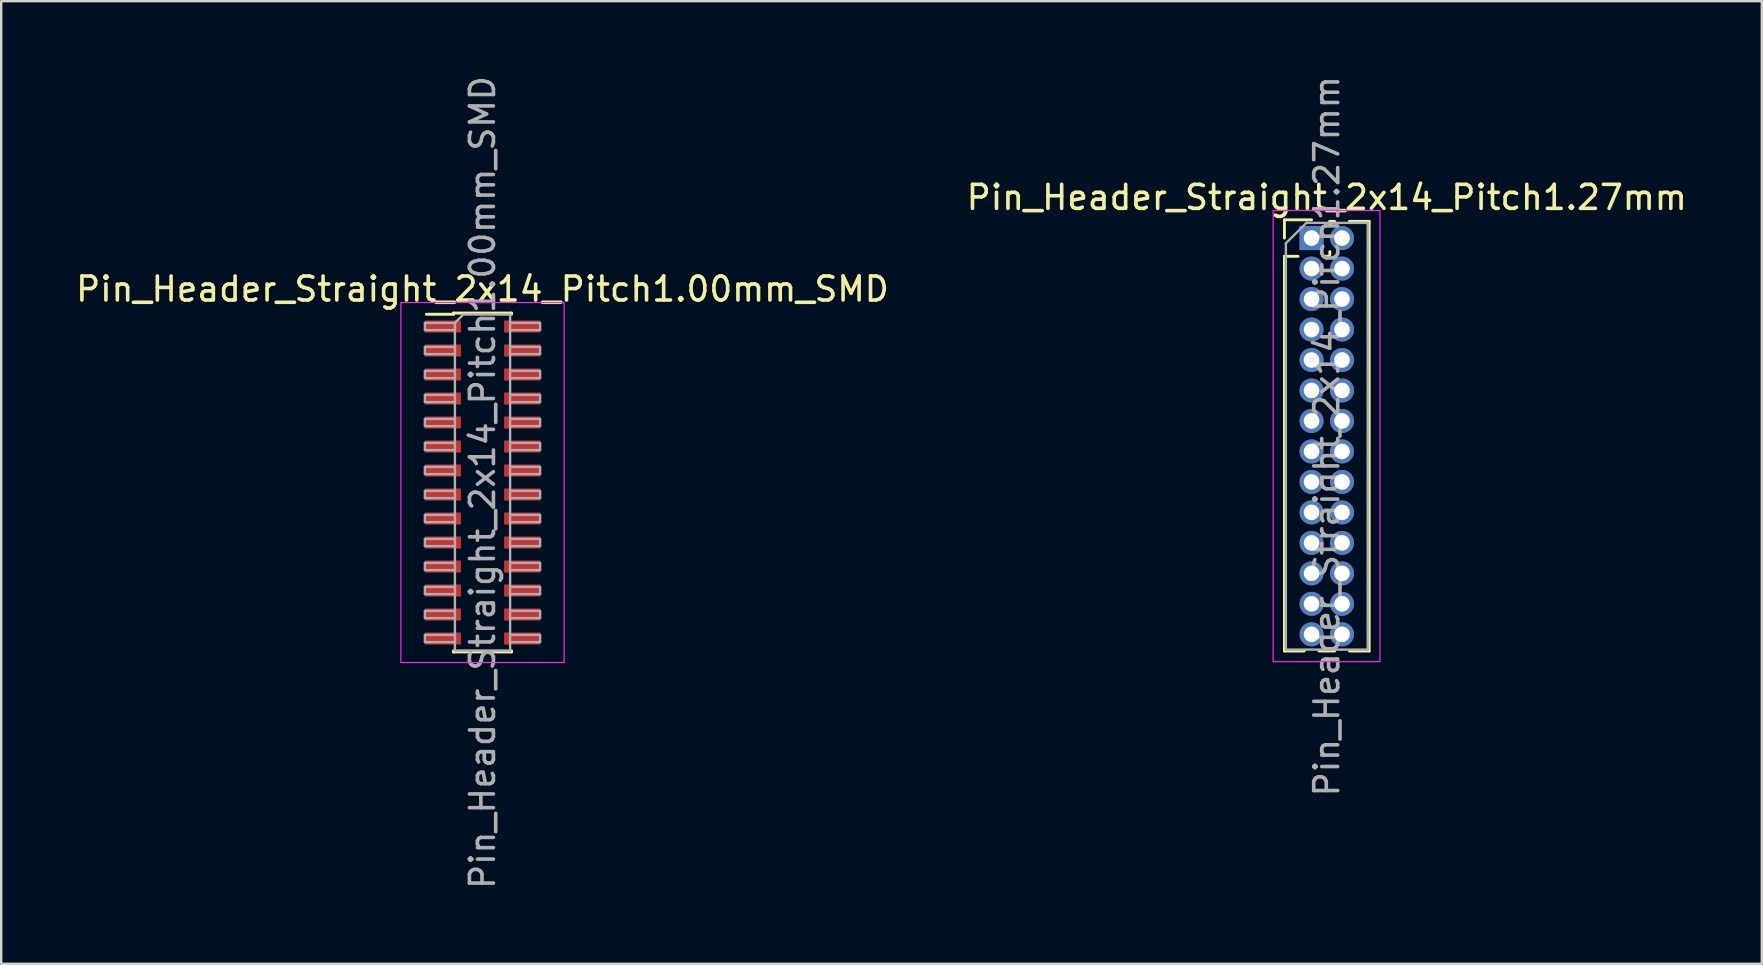
<source format=kicad_pcb>
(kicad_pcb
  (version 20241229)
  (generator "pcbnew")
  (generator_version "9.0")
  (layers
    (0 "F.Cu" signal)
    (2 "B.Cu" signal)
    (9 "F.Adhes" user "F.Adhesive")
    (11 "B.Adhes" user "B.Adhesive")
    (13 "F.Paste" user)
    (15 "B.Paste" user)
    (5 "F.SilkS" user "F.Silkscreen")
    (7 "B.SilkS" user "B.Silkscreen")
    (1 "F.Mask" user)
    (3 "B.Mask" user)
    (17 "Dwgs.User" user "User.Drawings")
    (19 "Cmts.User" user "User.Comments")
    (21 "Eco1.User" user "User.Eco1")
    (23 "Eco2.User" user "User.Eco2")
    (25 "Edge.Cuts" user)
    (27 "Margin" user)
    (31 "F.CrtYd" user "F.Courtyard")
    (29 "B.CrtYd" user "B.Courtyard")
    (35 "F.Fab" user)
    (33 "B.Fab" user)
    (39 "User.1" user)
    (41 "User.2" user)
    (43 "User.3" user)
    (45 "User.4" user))
  (footprint "Pin_Header_Straight_2x14_Pitch1.00mm_SMD"
    (layer "F.Cu")
    (at 17.054 17.054)
    (property "Reference" "Pin_Header_Straight_2x14_Pitch1.00mm_SMD" (at 0 -8.06 0) (layer "F.SilkS") (effects (font (size 1 1) (thickness 0.15))))
    (attr smd)
    (fp_line (start -2.34 -7.01) (end -1.21 -7.01) (stroke (width 0.12) (type solid)) (layer "F.SilkS"))
    (fp_line (start -1.21 -7.06) (end -1.21 -7.01) (stroke (width 0.12) (type solid)) (layer "F.SilkS"))
    (fp_line (start -1.21 -7.06) (end 1.21 -7.06) (stroke (width 0.12) (type solid)) (layer "F.SilkS"))
    (fp_line (start -1.21 7.01) (end -1.21 7.06) (stroke (width 0.12) (type solid)) (layer "F.SilkS"))
    (fp_line (start -1.21 7.06) (end 1.21 7.06) (stroke (width 0.12) (type solid)) (layer "F.SilkS"))
    (fp_line (start 1.21 -7.06) (end 1.21 -7.01) (stroke (width 0.12) (type solid)) (layer "F.SilkS"))
    (fp_line (start 1.21 7.01) (end 1.21 7.06) (stroke (width 0.12) (type solid)) (layer "F.SilkS"))
    (fp_line (start -3.4 -7.5) (end -3.4 7.5) (stroke (width 0.05) (type solid)) (layer "F.CrtYd"))
    (fp_line (start -3.4 7.5) (end 3.4 7.5) (stroke (width 0.05) (type solid)) (layer "F.CrtYd"))
    (fp_line (start 3.4 -7.5) (end -3.4 -7.5) (stroke (width 0.05) (type solid)) (layer "F.CrtYd"))
    (fp_line (start 3.4 7.5) (end 3.4 -7.5) (stroke (width 0.05) (type solid)) (layer "F.CrtYd"))
    (fp_line (start -2.4 -6.65) (end -2.4 -6.35) (stroke (width 0.1) (type solid)) (layer "F.Fab"))
    (fp_line (start -2.4 -6.35) (end -1.15 -6.35) (stroke (width 0.1) (type solid)) (layer "F.Fab"))
    (fp_line (start -2.4 -5.65) (end -2.4 -5.35) (stroke (width 0.1) (type solid)) (layer "F.Fab"))
    (fp_line (start -2.4 -5.35) (end -1.15 -5.35) (stroke (width 0.1) (type solid)) (layer "F.Fab"))
    (fp_line (start -2.4 -4.65) (end -2.4 -4.35) (stroke (width 0.1) (type solid)) (layer "F.Fab"))
    (fp_line (start -2.4 -4.35) (end -1.15 -4.35) (stroke (width 0.1) (type solid)) (layer "F.Fab"))
    (fp_line (start -2.4 -3.65) (end -2.4 -3.35) (stroke (width 0.1) (type solid)) (layer "F.Fab"))
    (fp_line (start -2.4 -3.35) (end -1.15 -3.35) (stroke (width 0.1) (type solid)) (layer "F.Fab"))
    (fp_line (start -2.4 -2.65) (end -2.4 -2.35) (stroke (width 0.1) (type solid)) (layer "F.Fab"))
    (fp_line (start -2.4 -2.35) (end -1.15 -2.35) (stroke (width 0.1) (type solid)) (layer "F.Fab"))
    (fp_line (start -2.4 -1.65) (end -2.4 -1.35) (stroke (width 0.1) (type solid)) (layer "F.Fab"))
    (fp_line (start -2.4 -1.35) (end -1.15 -1.35) (stroke (width 0.1) (type solid)) (layer "F.Fab"))
    (fp_line (start -2.4 -0.65) (end -2.4 -0.35) (stroke (width 0.1) (type solid)) (layer "F.Fab"))
    (fp_line (start -2.4 -0.35) (end -1.15 -0.35) (stroke (width 0.1) (type solid)) (layer "F.Fab"))
    (fp_line (start -2.4 0.35) (end -2.4 0.65) (stroke (width 0.1) (type solid)) (layer "F.Fab"))
    (fp_line (start -2.4 0.65) (end -1.15 0.65) (stroke (width 0.1) (type solid)) (layer "F.Fab"))
    (fp_line (start -2.4 1.35) (end -2.4 1.65) (stroke (width 0.1) (type solid)) (layer "F.Fab"))
    (fp_line (start -2.4 1.65) (end -1.15 1.65) (stroke (width 0.1) (type solid)) (layer "F.Fab"))
    (fp_line (start -2.4 2.35) (end -2.4 2.65) (stroke (width 0.1) (type solid)) (layer "F.Fab"))
    (fp_line (start -2.4 2.65) (end -1.15 2.65) (stroke (width 0.1) (type solid)) (layer "F.Fab"))
    (fp_line (start -2.4 3.35) (end -2.4 3.65) (stroke (width 0.1) (type solid)) (layer "F.Fab"))
    (fp_line (start -2.4 3.65) (end -1.15 3.65) (stroke (width 0.1) (type solid)) (layer "F.Fab"))
    (fp_line (start -2.4 4.35) (end -2.4 4.65) (stroke (width 0.1) (type solid)) (layer "F.Fab"))
    (fp_line (start -2.4 4.65) (end -1.15 4.65) (stroke (width 0.1) (type solid)) (layer "F.Fab"))
    (fp_line (start -2.4 5.35) (end -2.4 5.65) (stroke (width 0.1) (type solid)) (layer "F.Fab"))
    (fp_line (start -2.4 5.65) (end -1.15 5.65) (stroke (width 0.1) (type solid)) (layer "F.Fab"))
    (fp_line (start -2.4 6.35) (end -2.4 6.65) (stroke (width 0.1) (type solid)) (layer "F.Fab"))
    (fp_line (start -2.4 6.65) (end -1.15 6.65) (stroke (width 0.1) (type solid)) (layer "F.Fab"))
    (fp_line (start -1.15 -6.65) (end -2.4 -6.65) (stroke (width 0.1) (type solid)) (layer "F.Fab"))
    (fp_line (start -1.15 -6.65) (end -0.8 -7) (stroke (width 0.1) (type solid)) (layer "F.Fab"))
    (fp_line (start -1.15 -5.65) (end -2.4 -5.65) (stroke (width 0.1) (type solid)) (layer "F.Fab"))
    (fp_line (start -1.15 -4.65) (end -2.4 -4.65) (stroke (width 0.1) (type solid)) (layer "F.Fab"))
    (fp_line (start -1.15 -3.65) (end -2.4 -3.65) (stroke (width 0.1) (type solid)) (layer "F.Fab"))
    (fp_line (start -1.15 -2.65) (end -2.4 -2.65) (stroke (width 0.1) (type solid)) (layer "F.Fab"))
    (fp_line (start -1.15 -1.65) (end -2.4 -1.65) (stroke (width 0.1) (type solid)) (layer "F.Fab"))
    (fp_line (start -1.15 -0.65) (end -2.4 -0.65) (stroke (width 0.1) (type solid)) (layer "F.Fab"))
    (fp_line (start -1.15 0.35) (end -2.4 0.35) (stroke (width 0.1) (type solid)) (layer "F.Fab"))
    (fp_line (start -1.15 1.35) (end -2.4 1.35) (stroke (width 0.1) (type solid)) (layer "F.Fab"))
    (fp_line (start -1.15 2.35) (end -2.4 2.35) (stroke (width 0.1) (type solid)) (layer "F.Fab"))
    (fp_line (start -1.15 3.35) (end -2.4 3.35) (stroke (width 0.1) (type solid)) (layer "F.Fab"))
    (fp_line (start -1.15 4.35) (end -2.4 4.35) (stroke (width 0.1) (type solid)) (layer "F.Fab"))
    (fp_line (start -1.15 5.35) (end -2.4 5.35) (stroke (width 0.1) (type solid)) (layer "F.Fab"))
    (fp_line (start -1.15 6.35) (end -2.4 6.35) (stroke (width 0.1) (type solid)) (layer "F.Fab"))
    (fp_line (start -1.15 7) (end -1.15 -6.65) (stroke (width 0.1) (type solid)) (layer "F.Fab"))
    (fp_line (start -0.8 -7) (end 1.15 -7) (stroke (width 0.1) (type solid)) (layer "F.Fab"))
    (fp_line (start 1.15 -7) (end 1.15 7) (stroke (width 0.1) (type solid)) (layer "F.Fab"))
    (fp_line (start 1.15 -6.65) (end 2.4 -6.65) (stroke (width 0.1) (type solid)) (layer "F.Fab"))
    (fp_line (start 1.15 -5.65) (end 2.4 -5.65) (stroke (width 0.1) (type solid)) (layer "F.Fab"))
    (fp_line (start 1.15 -4.65) (end 2.4 -4.65) (stroke (width 0.1) (type solid)) (layer "F.Fab"))
    (fp_line (start 1.15 -3.65) (end 2.4 -3.65) (stroke (width 0.1) (type solid)) (layer "F.Fab"))
    (fp_line (start 1.15 -2.65) (end 2.4 -2.65) (stroke (width 0.1) (type solid)) (layer "F.Fab"))
    (fp_line (start 1.15 -1.65) (end 2.4 -1.65) (stroke (width 0.1) (type solid)) (layer "F.Fab"))
    (fp_line (start 1.15 -0.65) (end 2.4 -0.65) (stroke (width 0.1) (type solid)) (layer "F.Fab"))
    (fp_line (start 1.15 0.35) (end 2.4 0.35) (stroke (width 0.1) (type solid)) (layer "F.Fab"))
    (fp_line (start 1.15 1.35) (end 2.4 1.35) (stroke (width 0.1) (type solid)) (layer "F.Fab"))
    (fp_line (start 1.15 2.35) (end 2.4 2.35) (stroke (width 0.1) (type solid)) (layer "F.Fab"))
    (fp_line (start 1.15 3.35) (end 2.4 3.35) (stroke (width 0.1) (type solid)) (layer "F.Fab"))
    (fp_line (start 1.15 4.35) (end 2.4 4.35) (stroke (width 0.1) (type solid)) (layer "F.Fab"))
    (fp_line (start 1.15 5.35) (end 2.4 5.35) (stroke (width 0.1) (type solid)) (layer "F.Fab"))
    (fp_line (start 1.15 6.35) (end 2.4 6.35) (stroke (width 0.1) (type solid)) (layer "F.Fab"))
    (fp_line (start 1.15 7) (end -1.15 7) (stroke (width 0.1) (type solid)) (layer "F.Fab"))
    (fp_line (start 2.4 -6.65) (end 2.4 -6.35) (stroke (width 0.1) (type solid)) (layer "F.Fab"))
    (fp_line (start 2.4 -6.35) (end 1.15 -6.35) (stroke (width 0.1) (type solid)) (layer "F.Fab"))
    (fp_line (start 2.4 -5.65) (end 2.4 -5.35) (stroke (width 0.1) (type solid)) (layer "F.Fab"))
    (fp_line (start 2.4 -5.35) (end 1.15 -5.35) (stroke (width 0.1) (type solid)) (layer "F.Fab"))
    (fp_line (start 2.4 -4.65) (end 2.4 -4.35) (stroke (width 0.1) (type solid)) (layer "F.Fab"))
    (fp_line (start 2.4 -4.35) (end 1.15 -4.35) (stroke (width 0.1) (type solid)) (layer "F.Fab"))
    (fp_line (start 2.4 -3.65) (end 2.4 -3.35) (stroke (width 0.1) (type solid)) (layer "F.Fab"))
    (fp_line (start 2.4 -3.35) (end 1.15 -3.35) (stroke (width 0.1) (type solid)) (layer "F.Fab"))
    (fp_line (start 2.4 -2.65) (end 2.4 -2.35) (stroke (width 0.1) (type solid)) (layer "F.Fab"))
    (fp_line (start 2.4 -2.35) (end 1.15 -2.35) (stroke (width 0.1) (type solid)) (layer "F.Fab"))
    (fp_line (start 2.4 -1.65) (end 2.4 -1.35) (stroke (width 0.1) (type solid)) (layer "F.Fab"))
    (fp_line (start 2.4 -1.35) (end 1.15 -1.35) (stroke (width 0.1) (type solid)) (layer "F.Fab"))
    (fp_line (start 2.4 -0.65) (end 2.4 -0.35) (stroke (width 0.1) (type solid)) (layer "F.Fab"))
    (fp_line (start 2.4 -0.35) (end 1.15 -0.35) (stroke (width 0.1) (type solid)) (layer "F.Fab"))
    (fp_line (start 2.4 0.35) (end 2.4 0.65) (stroke (width 0.1) (type solid)) (layer "F.Fab"))
    (fp_line (start 2.4 0.65) (end 1.15 0.65) (stroke (width 0.1) (type solid)) (layer "F.Fab"))
    (fp_line (start 2.4 1.35) (end 2.4 1.65) (stroke (width 0.1) (type solid)) (layer "F.Fab"))
    (fp_line (start 2.4 1.65) (end 1.15 1.65) (stroke (width 0.1) (type solid)) (layer "F.Fab"))
    (fp_line (start 2.4 2.35) (end 2.4 2.65) (stroke (width 0.1) (type solid)) (layer "F.Fab"))
    (fp_line (start 2.4 2.65) (end 1.15 2.65) (stroke (width 0.1) (type solid)) (layer "F.Fab"))
    (fp_line (start 2.4 3.35) (end 2.4 3.65) (stroke (width 0.1) (type solid)) (layer "F.Fab"))
    (fp_line (start 2.4 3.65) (end 1.15 3.65) (stroke (width 0.1) (type solid)) (layer "F.Fab"))
    (fp_line (start 2.4 4.35) (end 2.4 4.65) (stroke (width 0.1) (type solid)) (layer "F.Fab"))
    (fp_line (start 2.4 4.65) (end 1.15 4.65) (stroke (width 0.1) (type solid)) (layer "F.Fab"))
    (fp_line (start 2.4 5.35) (end 2.4 5.65) (stroke (width 0.1) (type solid)) (layer "F.Fab"))
    (fp_line (start 2.4 5.65) (end 1.15 5.65) (stroke (width 0.1) (type solid)) (layer "F.Fab"))
    (fp_line (start 2.4 6.35) (end 2.4 6.65) (stroke (width 0.1) (type solid)) (layer "F.Fab"))
    (fp_line (start 2.4 6.65) (end 1.15 6.65) (stroke (width 0.1) (type solid)) (layer "F.Fab"))
    (fp_text user "${REFERENCE}" (at 0 0 90) (layer "F.Fab") (effects (font (size 1 1) (thickness 0.15))))
    (pad "1" smd rect (at -1.65 -6.5) (size 1.5 0.5) (layers "F.Cu" "F.Mask" "F.Paste"))
    (pad "2" smd rect (at 1.65 -6.5) (size 1.5 0.5) (layers "F.Cu" "F.Mask" "F.Paste"))
    (pad "3" smd rect (at -1.65 -5.5) (size 1.5 0.5) (layers "F.Cu" "F.Mask" "F.Paste"))
    (pad "4" smd rect (at 1.65 -5.5) (size 1.5 0.5) (layers "F.Cu" "F.Mask" "F.Paste"))
    (pad "5" smd rect (at -1.65 -4.5) (size 1.5 0.5) (layers "F.Cu" "F.Mask" "F.Paste"))
    (pad "6" smd rect (at 1.65 -4.5) (size 1.5 0.5) (layers "F.Cu" "F.Mask" "F.Paste"))
    (pad "7" smd rect (at -1.65 -3.5) (size 1.5 0.5) (layers "F.Cu" "F.Mask" "F.Paste"))
    (pad "8" smd rect (at 1.65 -3.5) (size 1.5 0.5) (layers "F.Cu" "F.Mask" "F.Paste"))
    (pad "9" smd rect (at -1.65 -2.5) (size 1.5 0.5) (layers "F.Cu" "F.Mask" "F.Paste"))
    (pad "10" smd rect (at 1.65 -2.5) (size 1.5 0.5) (layers "F.Cu" "F.Mask" "F.Paste"))
    (pad "11" smd rect (at -1.65 -1.5) (size 1.5 0.5) (layers "F.Cu" "F.Mask" "F.Paste"))
    (pad "12" smd rect (at 1.65 -1.5) (size 1.5 0.5) (layers "F.Cu" "F.Mask" "F.Paste"))
    (pad "13" smd rect (at -1.65 -0.5) (size 1.5 0.5) (layers "F.Cu" "F.Mask" "F.Paste"))
    (pad "14" smd rect (at 1.65 -0.5) (size 1.5 0.5) (layers "F.Cu" "F.Mask" "F.Paste"))
    (pad "15" smd rect (at -1.65 0.5) (size 1.5 0.5) (layers "F.Cu" "F.Mask" "F.Paste"))
    (pad "16" smd rect (at 1.65 0.5) (size 1.5 0.5) (layers "F.Cu" "F.Mask" "F.Paste"))
    (pad "17" smd rect (at -1.65 1.5) (size 1.5 0.5) (layers "F.Cu" "F.Mask" "F.Paste"))
    (pad "18" smd rect (at 1.65 1.5) (size 1.5 0.5) (layers "F.Cu" "F.Mask" "F.Paste"))
    (pad "19" smd rect (at -1.65 2.5) (size 1.5 0.5) (layers "F.Cu" "F.Mask" "F.Paste"))
    (pad "20" smd rect (at 1.65 2.5) (size 1.5 0.5) (layers "F.Cu" "F.Mask" "F.Paste"))
    (pad "21" smd rect (at -1.65 3.5) (size 1.5 0.5) (layers "F.Cu" "F.Mask" "F.Paste"))
    (pad "22" smd rect (at 1.65 3.5) (size 1.5 0.5) (layers "F.Cu" "F.Mask" "F.Paste"))
    (pad "23" smd rect (at -1.65 4.5) (size 1.5 0.5) (layers "F.Cu" "F.Mask" "F.Paste"))
    (pad "24" smd rect (at 1.65 4.5) (size 1.5 0.5) (layers "F.Cu" "F.Mask" "F.Paste"))
    (pad "25" smd rect (at -1.65 5.5) (size 1.5 0.5) (layers "F.Cu" "F.Mask" "F.Paste"))
    (pad "26" smd rect (at 1.65 5.5) (size 1.5 0.5) (layers "F.Cu" "F.Mask" "F.Paste"))
    (pad "27" smd rect (at -1.65 6.5) (size 1.5 0.5) (layers "F.Cu" "F.Mask" "F.Paste"))
    (pad "28" smd rect (at 1.65 6.5) (size 1.5 0.5) (layers "F.Cu" "F.Mask" "F.Paste")))
  (footprint "Pin_Header_Straight_2x14_Pitch1.27mm"
    (layer "F.Cu")
    (at 51.597 6.87)
    (property "Reference" "Pin_Header_Straight_2x14_Pitch1.27mm" (at 0.635 -1.695 0) (layer "F.SilkS") (effects (font (size 1 1) (thickness 0.15))))
    (attr through_hole)
    (fp_line (start -1.13 -0.76) (end 0 -0.76) (stroke (width 0.12) (type solid)) (layer "F.SilkS"))
    (fp_line (start -1.13 0) (end -1.13 -0.76) (stroke (width 0.12) (type solid)) (layer "F.SilkS"))
    (fp_line (start -1.13 0.76) (end -1.13 17.205) (stroke (width 0.12) (type solid)) (layer "F.SilkS"))
    (fp_line (start -1.13 0.76) (end -0.563 0.76) (stroke (width 0.12) (type solid)) (layer "F.SilkS"))
    (fp_line (start -1.13 17.205) (end -0.308 17.205) (stroke (width 0.12) (type solid)) (layer "F.SilkS"))
    (fp_line (start 0.308 17.205) (end 0.962 17.205) (stroke (width 0.12) (type solid)) (layer "F.SilkS"))
    (fp_line (start 0.563 0.76) (end 0.707 0.76) (stroke (width 0.12) (type solid)) (layer "F.SilkS"))
    (fp_line (start 0.76 -0.695) (end 0.962 -0.695) (stroke (width 0.12) (type solid)) (layer "F.SilkS"))
    (fp_line (start 0.76 -0.563) (end 0.76 -0.695) (stroke (width 0.12) (type solid)) (layer "F.SilkS"))
    (fp_line (start 0.76 0.707) (end 0.76 0.563) (stroke (width 0.12) (type solid)) (layer "F.SilkS"))
    (fp_line (start 1.578 -0.695) (end 2.4 -0.695) (stroke (width 0.12) (type solid)) (layer "F.SilkS"))
    (fp_line (start 1.578 17.205) (end 2.4 17.205) (stroke (width 0.12) (type solid)) (layer "F.SilkS"))
    (fp_line (start 2.4 -0.695) (end 2.4 17.205) (stroke (width 0.12) (type solid)) (layer "F.SilkS"))
    (fp_line (start -1.6 -1.15) (end -1.6 17.65) (stroke (width 0.05) (type solid)) (layer "F.CrtYd"))
    (fp_line (start -1.6 17.65) (end 2.85 17.65) (stroke (width 0.05) (type solid)) (layer "F.CrtYd"))
    (fp_line (start 2.85 -1.15) (end -1.6 -1.15) (stroke (width 0.05) (type solid)) (layer "F.CrtYd"))
    (fp_line (start 2.85 17.65) (end 2.85 -1.15) (stroke (width 0.05) (type solid)) (layer "F.CrtYd"))
    (fp_line (start -1.07 0.217) (end -0.217 -0.635) (stroke (width 0.1) (type solid)) (layer "F.Fab"))
    (fp_line (start -1.07 17.145) (end -1.07 0.217) (stroke (width 0.1) (type solid)) (layer "F.Fab"))
    (fp_line (start -0.217 -0.635) (end 2.34 -0.635) (stroke (width 0.1) (type solid)) (layer "F.Fab"))
    (fp_line (start 2.34 -0.635) (end 2.34 17.145) (stroke (width 0.1) (type solid)) (layer "F.Fab"))
    (fp_line (start 2.34 17.145) (end -1.07 17.145) (stroke (width 0.1) (type solid)) (layer "F.Fab"))
    (fp_text user "${REFERENCE}" (at 0.635 8.255 90) (layer "F.Fab") (effects (font (size 1 1) (thickness 0.15))))
    (pad "1" thru_hole rect (at 0 0) (size 1 1) (drill 0.65) (layers "*.Cu" "*.Mask"))
    (pad "2" thru_hole oval (at 1.27 0) (size 1 1) (drill 0.65) (layers "*.Cu" "*.Mask"))
    (pad "3" thru_hole oval (at 0 1.27) (size 1 1) (drill 0.65) (layers "*.Cu" "*.Mask"))
    (pad "4" thru_hole oval (at 1.27 1.27) (size 1 1) (drill 0.65) (layers "*.Cu" "*.Mask"))
    (pad "5" thru_hole oval (at 0 2.54) (size 1 1) (drill 0.65) (layers "*.Cu" "*.Mask"))
    (pad "6" thru_hole oval (at 1.27 2.54) (size 1 1) (drill 0.65) (layers "*.Cu" "*.Mask"))
    (pad "7" thru_hole oval (at 0 3.81) (size 1 1) (drill 0.65) (layers "*.Cu" "*.Mask"))
    (pad "8" thru_hole oval (at 1.27 3.81) (size 1 1) (drill 0.65) (layers "*.Cu" "*.Mask"))
    (pad "9" thru_hole oval (at 0 5.08) (size 1 1) (drill 0.65) (layers "*.Cu" "*.Mask"))
    (pad "10" thru_hole oval (at 1.27 5.08) (size 1 1) (drill 0.65) (layers "*.Cu" "*.Mask"))
    (pad "11" thru_hole oval (at 0 6.35) (size 1 1) (drill 0.65) (layers "*.Cu" "*.Mask"))
    (pad "12" thru_hole oval (at 1.27 6.35) (size 1 1) (drill 0.65) (layers "*.Cu" "*.Mask"))
    (pad "13" thru_hole oval (at 0 7.62) (size 1 1) (drill 0.65) (layers "*.Cu" "*.Mask"))
    (pad "14" thru_hole oval (at 1.27 7.62) (size 1 1) (drill 0.65) (layers "*.Cu" "*.Mask"))
    (pad "15" thru_hole oval (at 0 8.89) (size 1 1) (drill 0.65) (layers "*.Cu" "*.Mask"))
    (pad "16" thru_hole oval (at 1.27 8.89) (size 1 1) (drill 0.65) (layers "*.Cu" "*.Mask"))
    (pad "17" thru_hole oval (at 0 10.16) (size 1 1) (drill 0.65) (layers "*.Cu" "*.Mask"))
    (pad "18" thru_hole oval (at 1.27 10.16) (size 1 1) (drill 0.65) (layers "*.Cu" "*.Mask"))
    (pad "19" thru_hole oval (at 0 11.43) (size 1 1) (drill 0.65) (layers "*.Cu" "*.Mask"))
    (pad "20" thru_hole oval (at 1.27 11.43) (size 1 1) (drill 0.65) (layers "*.Cu" "*.Mask"))
    (pad "21" thru_hole oval (at 0 12.7) (size 1 1) (drill 0.65) (layers "*.Cu" "*.Mask"))
    (pad "22" thru_hole oval (at 1.27 12.7) (size 1 1) (drill 0.65) (layers "*.Cu" "*.Mask"))
    (pad "23" thru_hole oval (at 0 13.97) (size 1 1) (drill 0.65) (layers "*.Cu" "*.Mask"))
    (pad "24" thru_hole oval (at 1.27 13.97) (size 1 1) (drill 0.65) (layers "*.Cu" "*.Mask"))
    (pad "25" thru_hole oval (at 0 15.24) (size 1 1) (drill 0.65) (layers "*.Cu" "*.Mask"))
    (pad "26" thru_hole oval (at 1.27 15.24) (size 1 1) (drill 0.65) (layers "*.Cu" "*.Mask"))
    (pad "27" thru_hole oval (at 0 16.51) (size 1 1) (drill 0.65) (layers "*.Cu" "*.Mask"))
    (pad "28" thru_hole oval (at 1.27 16.51) (size 1 1) (drill 0.65) (layers "*.Cu" "*.Mask")))
  (gr_rect
    (start -3 -3)
    (end 70.357 37.107)
    (stroke (width 0.1) (type default))
    (fill no)
    (layer "Edge.Cuts")))
</source>
